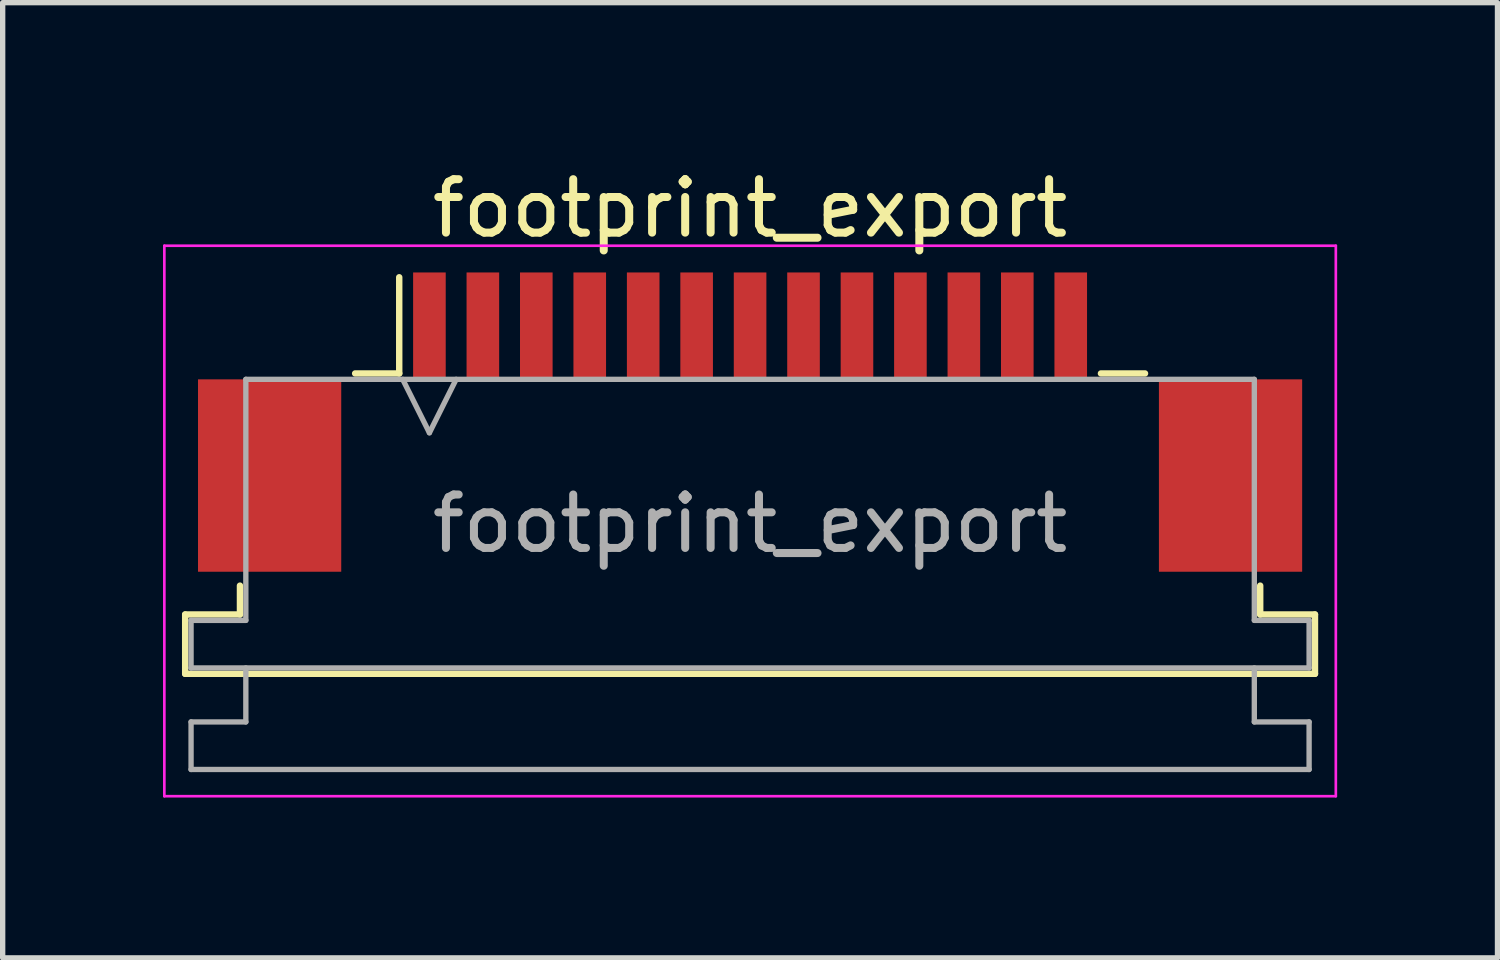
<source format=kicad_pcb>
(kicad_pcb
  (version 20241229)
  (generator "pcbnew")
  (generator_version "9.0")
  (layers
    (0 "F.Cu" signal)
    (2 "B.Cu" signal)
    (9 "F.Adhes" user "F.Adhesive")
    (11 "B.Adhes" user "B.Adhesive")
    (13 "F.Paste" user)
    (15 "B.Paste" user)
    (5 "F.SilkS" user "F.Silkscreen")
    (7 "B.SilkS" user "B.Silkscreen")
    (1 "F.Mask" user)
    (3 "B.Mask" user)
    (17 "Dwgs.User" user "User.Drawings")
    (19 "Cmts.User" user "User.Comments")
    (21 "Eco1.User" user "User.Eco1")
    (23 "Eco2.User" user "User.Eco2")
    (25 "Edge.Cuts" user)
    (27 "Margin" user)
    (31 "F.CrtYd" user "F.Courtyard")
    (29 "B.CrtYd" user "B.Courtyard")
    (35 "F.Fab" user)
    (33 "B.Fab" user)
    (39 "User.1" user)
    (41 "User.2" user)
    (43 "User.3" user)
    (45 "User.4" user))
  (footprint "footprint_export"
    (layer "F.Cu")
    (at 10.985 4.848)
    (property "Reference" "footprint_export" (at 0 -4 0) (layer "F.SilkS") (effects (font (size 1 1) (thickness 0.15))))
    (attr smd)
    (fp_line (start -10.57 3.6) (end -9.545 3.6) (stroke (width 0.12) (type solid)) (layer "F.SilkS"))
    (fp_line (start -10.57 4.71) (end -10.57 3.6) (stroke (width 0.12) (type solid)) (layer "F.SilkS"))
    (fp_line (start -9.545 3.6) (end -9.545 3.06) (stroke (width 0.12) (type solid)) (layer "F.SilkS"))
    (fp_line (start -7.39 -0.91) (end -6.565 -0.91) (stroke (width 0.12) (type solid)) (layer "F.SilkS"))
    (fp_line (start -6.565 -0.91) (end -6.565 -2.71) (stroke (width 0.12) (type solid)) (layer "F.SilkS"))
    (fp_line (start 6.565 -0.91) (end 7.39 -0.91) (stroke (width 0.12) (type solid)) (layer "F.SilkS"))
    (fp_line (start 9.545 3.06) (end 9.545 3.6) (stroke (width 0.12) (type solid)) (layer "F.SilkS"))
    (fp_line (start 9.545 3.6) (end 10.57 3.6) (stroke (width 0.12) (type solid)) (layer "F.SilkS"))
    (fp_line (start 10.57 3.6) (end 10.57 4.71) (stroke (width 0.12) (type solid)) (layer "F.SilkS"))
    (fp_line (start 10.57 4.71) (end -10.57 4.71) (stroke (width 0.12) (type solid)) (layer "F.SilkS"))
    (fp_line (start -10.96 -3.3) (end -10.96 7) (stroke (width 0.05) (type solid)) (layer "F.CrtYd"))
    (fp_line (start -10.96 7) (end 10.96 7) (stroke (width 0.05) (type solid)) (layer "F.CrtYd"))
    (fp_line (start 10.96 -3.3) (end -10.96 -3.3) (stroke (width 0.05) (type solid)) (layer "F.CrtYd"))
    (fp_line (start 10.96 7) (end 10.96 -3.3) (stroke (width 0.05) (type solid)) (layer "F.CrtYd"))
    (fp_line (start -10.46 3.71) (end -9.435 3.71) (stroke (width 0.1) (type solid)) (layer "F.Fab"))
    (fp_line (start -10.46 4.6) (end -10.46 3.71) (stroke (width 0.1) (type solid)) (layer "F.Fab"))
    (fp_line (start -10.46 5.61) (end -9.435 5.61) (stroke (width 0.1) (type solid)) (layer "F.Fab"))
    (fp_line (start -10.46 6.5) (end -10.46 5.61) (stroke (width 0.1) (type solid)) (layer "F.Fab"))
    (fp_line (start -9.435 -0.8) (end 9.435 -0.8) (stroke (width 0.1) (type solid)) (layer "F.Fab"))
    (fp_line (start -9.435 3.71) (end -9.435 -0.8) (stroke (width 0.1) (type solid)) (layer "F.Fab"))
    (fp_line (start -9.435 5.61) (end -9.435 4.6) (stroke (width 0.1) (type solid)) (layer "F.Fab"))
    (fp_line (start -6.5 -0.8) (end -6 0.2) (stroke (width 0.1) (type solid)) (layer "F.Fab"))
    (fp_line (start -6 0.2) (end -5.5 -0.8) (stroke (width 0.1) (type solid)) (layer "F.Fab"))
    (fp_line (start 9.435 -0.8) (end 9.435 3.71) (stroke (width 0.1) (type solid)) (layer "F.Fab"))
    (fp_line (start 9.435 3.71) (end 10.46 3.71) (stroke (width 0.1) (type solid)) (layer "F.Fab"))
    (fp_line (start 9.435 4.6) (end 9.435 5.61) (stroke (width 0.1) (type solid)) (layer "F.Fab"))
    (fp_line (start 9.435 5.61) (end 10.46 5.61) (stroke (width 0.1) (type solid)) (layer "F.Fab"))
    (fp_line (start 10.46 3.71) (end 10.46 4.6) (stroke (width 0.1) (type solid)) (layer "F.Fab"))
    (fp_line (start 10.46 4.6) (end -10.46 4.6) (stroke (width 0.1) (type solid)) (layer "F.Fab"))
    (fp_line (start 10.46 5.61) (end 10.46 6.5) (stroke (width 0.1) (type solid)) (layer "F.Fab"))
    (fp_line (start 10.46 6.5) (end -10.46 6.5) (stroke (width 0.1) (type solid)) (layer "F.Fab"))
    (fp_text user "${REFERENCE}" (at 0 1.9 0) (layer "F.Fab") (effects (font (size 1 1) (thickness 0.15))))
    (pad "1" smd rect (at -6 -1.8) (size 0.61 2) (layers "F.Cu" "F.Mask" "F.Paste"))
    (pad "2" smd rect (at -5 -1.8) (size 0.61 2) (layers "F.Cu" "F.Mask" "F.Paste"))
    (pad "3" smd rect (at -4 -1.8) (size 0.61 2) (layers "F.Cu" "F.Mask" "F.Paste"))
    (pad "4" smd rect (at -3 -1.8) (size 0.61 2) (layers "F.Cu" "F.Mask" "F.Paste"))
    (pad "5" smd rect (at -2 -1.8) (size 0.61 2) (layers "F.Cu" "F.Mask" "F.Paste"))
    (pad "6" smd rect (at -1 -1.8) (size 0.61 2) (layers "F.Cu" "F.Mask" "F.Paste"))
    (pad "7" smd rect (at 0 -1.8) (size 0.61 2) (layers "F.Cu" "F.Mask" "F.Paste"))
    (pad "8" smd rect (at 1 -1.8) (size 0.61 2) (layers "F.Cu" "F.Mask" "F.Paste"))
    (pad "9" smd rect (at 2 -1.8) (size 0.61 2) (layers "F.Cu" "F.Mask" "F.Paste"))
    (pad "10" smd rect (at 3 -1.8) (size 0.61 2) (layers "F.Cu" "F.Mask" "F.Paste"))
    (pad "11" smd rect (at 4 -1.8) (size 0.61 2) (layers "F.Cu" "F.Mask" "F.Paste"))
    (pad "12" smd rect (at 5 -1.8) (size 0.61 2) (layers "F.Cu" "F.Mask" "F.Paste"))
    (pad "13" smd rect (at 6 -1.8) (size 0.61 2) (layers "F.Cu" "F.Mask" "F.Paste"))
    (pad "MP" smd rect (at -8.99 1) (size 2.68 3.6) (layers "F.Cu" "F.Mask" "F.Paste"))
    (pad "MP" smd rect (at 8.99 1) (size 2.68 3.6) (layers "F.Cu" "F.Mask" "F.Paste")))
  (gr_rect
    (start -3 -3)
    (end 24.97 14.873)
    (stroke (width 0.1) (type default))
    (fill no)
    (layer "Edge.Cuts")))
</source>
